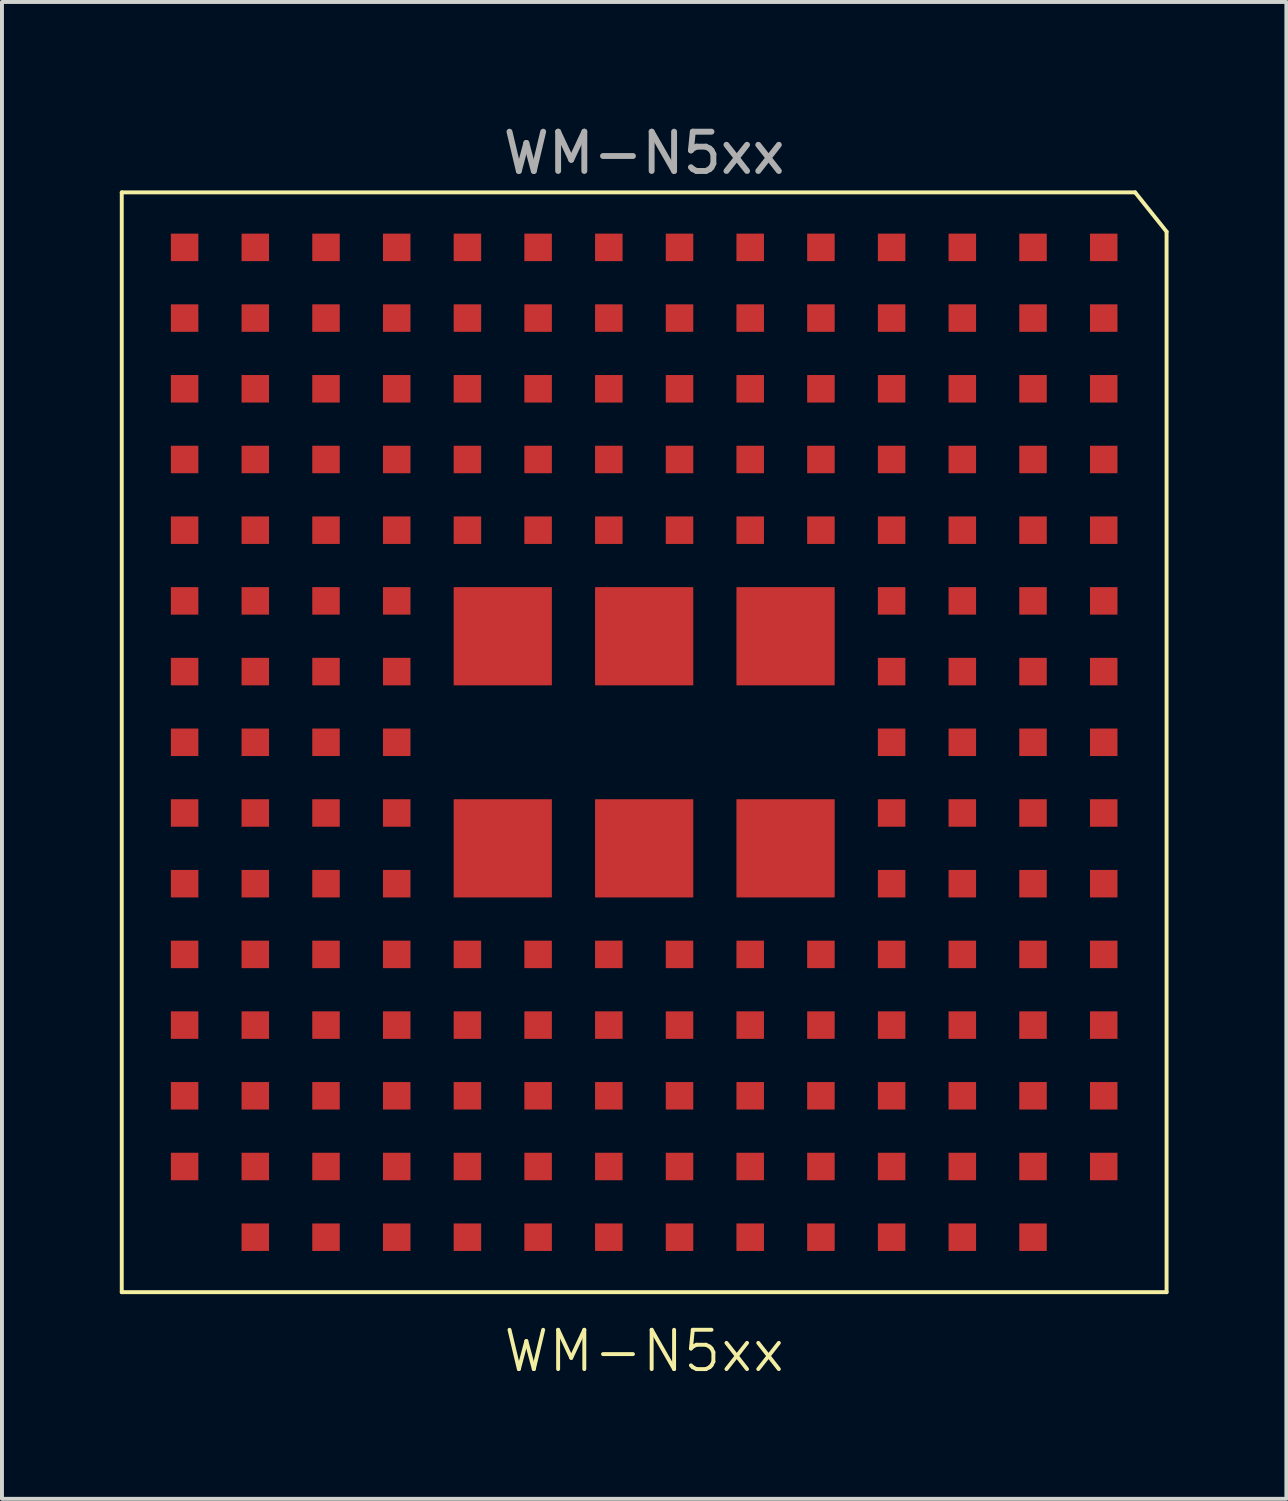
<source format=kicad_pcb>
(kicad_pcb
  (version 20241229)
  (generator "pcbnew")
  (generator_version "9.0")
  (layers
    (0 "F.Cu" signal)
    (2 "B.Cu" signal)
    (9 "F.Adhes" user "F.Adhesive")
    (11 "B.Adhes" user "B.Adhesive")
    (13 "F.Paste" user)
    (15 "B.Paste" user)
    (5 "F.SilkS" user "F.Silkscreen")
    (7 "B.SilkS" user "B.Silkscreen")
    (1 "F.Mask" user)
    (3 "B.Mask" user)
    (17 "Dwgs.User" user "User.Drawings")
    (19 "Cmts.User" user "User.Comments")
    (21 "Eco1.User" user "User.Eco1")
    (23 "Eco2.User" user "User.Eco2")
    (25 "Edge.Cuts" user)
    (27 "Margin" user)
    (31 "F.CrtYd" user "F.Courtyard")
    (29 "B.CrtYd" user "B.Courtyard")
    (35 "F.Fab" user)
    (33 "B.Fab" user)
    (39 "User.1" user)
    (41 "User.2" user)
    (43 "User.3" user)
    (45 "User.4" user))
  (footprint "WM-N5xx"
    (layer "F.Cu")
    (at 13.35 15.848)
    (property "Reference" "WM-N5xx" (at 0 15.5 0) (unlocked yes) (layer "F.SilkS") (effects (font (size 1 1) (thickness 0.1))))
    (attr smd)
    (fp_line (start -13.3 -14) (end -13.3 14) (stroke (width 0.1) (type default)) (layer "F.SilkS"))
    (fp_line (start -13.3 14) (end 13.3 14) (stroke (width 0.1) (type default)) (layer "F.SilkS"))
    (fp_line (start 12.5 -14) (end -13.3 -14) (stroke (width 0.1) (type default)) (layer "F.SilkS"))
    (fp_line (start 13.3 -13) (end 12.5 -14) (stroke (width 0.1) (type default)) (layer "F.SilkS"))
    (fp_line (start 13.3 14) (end 13.3 -13) (stroke (width 0.1) (type default)) (layer "F.SilkS"))
    (fp_text user "${REFERENCE}" (at 0 -15 0) (unlocked yes) (layer "F.Fab") (effects (font (size 1 1) (thickness 0.15))))
    (pad "A1" smd rect (at 11.7 -12.6) (size 0.7 0.7) (layers "F.Cu" "F.Mask" "F.Paste"))
    (pad "A2" smd rect (at 11.7 -10.8) (size 0.7 0.7) (layers "F.Cu" "F.Mask" "F.Paste"))
    (pad "A3" smd rect (at 11.7 -9) (size 0.7 0.7) (layers "F.Cu" "F.Mask" "F.Paste"))
    (pad "A4" smd rect (at 11.7 -7.2) (size 0.7 0.7) (layers "F.Cu" "F.Mask" "F.Paste"))
    (pad "A5" smd rect (at 11.7 -5.4) (size 0.7 0.7) (layers "F.Cu" "F.Mask" "F.Paste"))
    (pad "A6" smd rect (at 11.7 -3.6) (size 0.7 0.7) (layers "F.Cu" "F.Mask" "F.Paste"))
    (pad "A7" smd rect (at 11.7 -1.8) (size 0.7 0.7) (layers "F.Cu" "F.Mask" "F.Paste"))
    (pad "A8" smd rect (at 11.7 0) (size 0.7 0.7) (layers "F.Cu" "F.Mask" "F.Paste"))
    (pad "A9" smd rect (at 11.7 1.8) (size 0.7 0.7) (layers "F.Cu" "F.Mask" "F.Paste"))
    (pad "A10" smd rect (at 11.7 3.6) (size 0.7 0.7) (layers "F.Cu" "F.Mask" "F.Paste"))
    (pad "A11" smd rect (at 11.7 5.4) (size 0.7 0.7) (layers "F.Cu" "F.Mask" "F.Paste"))
    (pad "A12" smd rect (at 11.7 7.2) (size 0.7 0.7) (layers "F.Cu" "F.Mask" "F.Paste"))
    (pad "A13" smd rect (at 11.7 9) (size 0.7 0.7) (layers "F.Cu" "F.Mask" "F.Paste"))
    (pad "A14" smd rect (at 11.7 10.8) (size 0.7 0.7) (layers "F.Cu" "F.Mask" "F.Paste"))
    (pad "B1" smd rect (at 9.9 -12.6) (size 0.7 0.7) (layers "F.Cu" "F.Mask" "F.Paste"))
    (pad "B2" smd rect (at 9.9 -10.8) (size 0.7 0.7) (layers "F.Cu" "F.Mask" "F.Paste"))
    (pad "B3" smd rect (at 9.9 -9) (size 0.7 0.7) (layers "F.Cu" "F.Mask" "F.Paste"))
    (pad "B4" smd rect (at 9.9 -7.2) (size 0.7 0.7) (layers "F.Cu" "F.Mask" "F.Paste"))
    (pad "B5" smd rect (at 9.9 -5.4) (size 0.7 0.7) (layers "F.Cu" "F.Mask" "F.Paste"))
    (pad "B6" smd rect (at 9.9 -3.6) (size 0.7 0.7) (layers "F.Cu" "F.Mask" "F.Paste"))
    (pad "B7" smd rect (at 9.9 -1.8) (size 0.7 0.7) (layers "F.Cu" "F.Mask" "F.Paste"))
    (pad "B8" smd rect (at 9.9 0) (size 0.7 0.7) (layers "F.Cu" "F.Mask" "F.Paste"))
    (pad "B9" smd rect (at 9.9 1.8) (size 0.7 0.7) (layers "F.Cu" "F.Mask" "F.Paste"))
    (pad "B10" smd rect (at 9.9 3.6) (size 0.7 0.7) (layers "F.Cu" "F.Mask" "F.Paste"))
    (pad "B11" smd rect (at 9.9 5.4) (size 0.7 0.7) (layers "F.Cu" "F.Mask" "F.Paste"))
    (pad "B12" smd rect (at 9.9 7.2) (size 0.7 0.7) (layers "F.Cu" "F.Mask" "F.Paste"))
    (pad "B13" smd rect (at 9.9 9) (size 0.7 0.7) (layers "F.Cu" "F.Mask" "F.Paste"))
    (pad "B14" smd rect (at 9.9 10.8) (size 0.7 0.7) (layers "F.Cu" "F.Mask" "F.Paste"))
    (pad "B15" smd rect (at 9.9 12.6) (size 0.7 0.7) (layers "F.Cu" "F.Mask" "F.Paste"))
    (pad "C1" smd rect (at 8.1 -12.6) (size 0.7 0.7) (layers "F.Cu" "F.Mask" "F.Paste"))
    (pad "C2" smd rect (at 8.1 -10.8) (size 0.7 0.7) (layers "F.Cu" "F.Mask" "F.Paste"))
    (pad "C3" smd rect (at 8.1 -9) (size 0.7 0.7) (layers "F.Cu" "F.Mask" "F.Paste"))
    (pad "C4" smd rect (at 8.1 -7.2) (size 0.7 0.7) (layers "F.Cu" "F.Mask" "F.Paste"))
    (pad "C5" smd rect (at 8.1 -5.4) (size 0.7 0.7) (layers "F.Cu" "F.Mask" "F.Paste"))
    (pad "C6" smd rect (at 8.1 -3.6) (size 0.7 0.7) (layers "F.Cu" "F.Mask" "F.Paste"))
    (pad "C7" smd rect (at 8.1 -1.8) (size 0.7 0.7) (layers "F.Cu" "F.Mask" "F.Paste"))
    (pad "C8" smd rect (at 8.1 0) (size 0.7 0.7) (layers "F.Cu" "F.Mask" "F.Paste"))
    (pad "C9" smd rect (at 8.1 1.8) (size 0.7 0.7) (layers "F.Cu" "F.Mask" "F.Paste"))
    (pad "C10" smd rect (at 8.1 3.6) (size 0.7 0.7) (layers "F.Cu" "F.Mask" "F.Paste"))
    (pad "C11" smd rect (at 8.1 5.4) (size 0.7 0.7) (layers "F.Cu" "F.Mask" "F.Paste"))
    (pad "C12" smd rect (at 8.1 7.2) (size 0.7 0.7) (layers "F.Cu" "F.Mask" "F.Paste"))
    (pad "C13" smd rect (at 8.1 9) (size 0.7 0.7) (layers "F.Cu" "F.Mask" "F.Paste"))
    (pad "C14" smd rect (at 8.1 10.8) (size 0.7 0.7) (layers "F.Cu" "F.Mask" "F.Paste"))
    (pad "C15" smd rect (at 8.1 12.6) (size 0.7 0.7) (layers "F.Cu" "F.Mask" "F.Paste"))
    (pad "D1" smd rect (at 6.3 -12.6) (size 0.7 0.7) (layers "F.Cu" "F.Mask" "F.Paste"))
    (pad "D2" smd rect (at 6.3 -10.8) (size 0.7 0.7) (layers "F.Cu" "F.Mask" "F.Paste"))
    (pad "D3" smd rect (at 6.3 -9) (size 0.7 0.7) (layers "F.Cu" "F.Mask" "F.Paste"))
    (pad "D4" smd rect (at 6.3 -7.2) (size 0.7 0.7) (layers "F.Cu" "F.Mask" "F.Paste"))
    (pad "D5" smd rect (at 6.3 -5.4) (size 0.7 0.7) (layers "F.Cu" "F.Mask" "F.Paste"))
    (pad "D6" smd rect (at 6.3 -3.6) (size 0.7 0.7) (layers "F.Cu" "F.Mask" "F.Paste"))
    (pad "D7" smd rect (at 6.3 -1.8) (size 0.7 0.7) (layers "F.Cu" "F.Mask" "F.Paste"))
    (pad "D8" smd rect (at 6.3 0) (size 0.7 0.7) (layers "F.Cu" "F.Mask" "F.Paste"))
    (pad "D9" smd rect (at 6.3 1.8) (size 0.7 0.7) (layers "F.Cu" "F.Mask" "F.Paste"))
    (pad "D10" smd rect (at 6.3 3.6) (size 0.7 0.7) (layers "F.Cu" "F.Mask" "F.Paste"))
    (pad "D11" smd rect (at 6.3 5.4) (size 0.7 0.7) (layers "F.Cu" "F.Mask" "F.Paste"))
    (pad "D12" smd rect (at 6.3 7.2) (size 0.7 0.7) (layers "F.Cu" "F.Mask" "F.Paste"))
    (pad "D13" smd rect (at 6.3 9) (size 0.7 0.7) (layers "F.Cu" "F.Mask" "F.Paste"))
    (pad "D14" smd rect (at 6.3 10.8) (size 0.7 0.7) (layers "F.Cu" "F.Mask" "F.Paste"))
    (pad "D15" smd rect (at 6.3 12.6) (size 0.7 0.7) (layers "F.Cu" "F.Mask" "F.Paste"))
    (pad "E1" smd rect (at 4.5 -12.6) (size 0.7 0.7) (layers "F.Cu" "F.Mask" "F.Paste"))
    (pad "E2" smd rect (at 4.5 -10.8) (size 0.7 0.7) (layers "F.Cu" "F.Mask" "F.Paste"))
    (pad "E3" smd rect (at 4.5 -9) (size 0.7 0.7) (layers "F.Cu" "F.Mask" "F.Paste"))
    (pad "E4" smd rect (at 4.5 -7.2) (size 0.7 0.7) (layers "F.Cu" "F.Mask" "F.Paste"))
    (pad "E5" smd rect (at 4.5 -5.4) (size 0.7 0.7) (layers "F.Cu" "F.Mask" "F.Paste"))
    (pad "E6" smd rect (at 3.6 -2.7) (size 2.5 2.5) (layers "F.Cu" "F.Mask" "F.Paste"))
    (pad "E9" smd rect (at 3.6 2.7) (size 2.5 2.5) (layers "F.Cu" "F.Mask" "F.Paste"))
    (pad "E11" smd rect (at 4.5 5.4) (size 0.7 0.7) (layers "F.Cu" "F.Mask" "F.Paste"))
    (pad "E12" smd rect (at 4.5 7.2) (size 0.7 0.7) (layers "F.Cu" "F.Mask" "F.Paste"))
    (pad "E13" smd rect (at 4.5 9) (size 0.7 0.7) (layers "F.Cu" "F.Mask" "F.Paste"))
    (pad "E14" smd rect (at 4.5 10.8) (size 0.7 0.7) (layers "F.Cu" "F.Mask" "F.Paste"))
    (pad "E15" smd rect (at 4.5 12.6) (size 0.7 0.7) (layers "F.Cu" "F.Mask" "F.Paste"))
    (pad "F1" smd rect (at 2.7 -12.6) (size 0.7 0.7) (layers "F.Cu" "F.Mask" "F.Paste"))
    (pad "F2" smd rect (at 2.7 -10.8) (size 0.7 0.7) (layers "F.Cu" "F.Mask" "F.Paste"))
    (pad "F3" smd rect (at 2.7 -9) (size 0.7 0.7) (layers "F.Cu" "F.Mask" "F.Paste"))
    (pad "F4" smd rect (at 2.7 -7.2) (size 0.7 0.7) (layers "F.Cu" "F.Mask" "F.Paste"))
    (pad "F5" smd rect (at 2.7 -5.4) (size 0.7 0.7) (layers "F.Cu" "F.Mask" "F.Paste"))
    (pad "F11" smd rect (at 2.7 5.4) (size 0.7 0.7) (layers "F.Cu" "F.Mask" "F.Paste"))
    (pad "F12" smd rect (at 2.7 7.2) (size 0.7 0.7) (layers "F.Cu" "F.Mask" "F.Paste"))
    (pad "F13" smd rect (at 2.7 9) (size 0.7 0.7) (layers "F.Cu" "F.Mask" "F.Paste"))
    (pad "F14" smd rect (at 2.7 10.8) (size 0.7 0.7) (layers "F.Cu" "F.Mask" "F.Paste"))
    (pad "F15" smd rect (at 2.7 12.6) (size 0.7 0.7) (layers "F.Cu" "F.Mask" "F.Paste"))
    (pad "G1" smd rect (at 0.9 -12.6) (size 0.7 0.7) (layers "F.Cu" "F.Mask" "F.Paste"))
    (pad "G2" smd rect (at 0.9 -10.8) (size 0.7 0.7) (layers "F.Cu" "F.Mask" "F.Paste"))
    (pad "G3" smd rect (at 0.9 -9) (size 0.7 0.7) (layers "F.Cu" "F.Mask" "F.Paste"))
    (pad "G4" smd rect (at 0.9 -7.2) (size 0.7 0.7) (layers "F.Cu" "F.Mask" "F.Paste"))
    (pad "G5" smd rect (at 0.9 -5.4) (size 0.7 0.7) (layers "F.Cu" "F.Mask" "F.Paste"))
    (pad "G6" smd rect (at 0 -2.7) (size 2.5 2.5) (layers "F.Cu" "F.Mask" "F.Paste"))
    (pad "G9" smd rect (at 0 2.7) (size 2.5 2.5) (layers "F.Cu" "F.Mask" "F.Paste"))
    (pad "G11" smd rect (at 0.9 5.4) (size 0.7 0.7) (layers "F.Cu" "F.Mask" "F.Paste"))
    (pad "G12" smd rect (at 0.9 7.2) (size 0.7 0.7) (layers "F.Cu" "F.Mask" "F.Paste"))
    (pad "G13" smd rect (at 0.9 9) (size 0.7 0.7) (layers "F.Cu" "F.Mask" "F.Paste"))
    (pad "G14" smd rect (at 0.9 10.8) (size 0.7 0.7) (layers "F.Cu" "F.Mask" "F.Paste"))
    (pad "G15" smd rect (at 0.9 12.6) (size 0.7 0.7) (layers "F.Cu" "F.Mask" "F.Paste"))
    (pad "H1" smd rect (at -0.9 -12.6) (size 0.7 0.7) (layers "F.Cu" "F.Mask" "F.Paste"))
    (pad "H2" smd rect (at -0.9 -10.8) (size 0.7 0.7) (layers "F.Cu" "F.Mask" "F.Paste"))
    (pad "H3" smd rect (at -0.9 -9) (size 0.7 0.7) (layers "F.Cu" "F.Mask" "F.Paste"))
    (pad "H4" smd rect (at -0.9 -7.2) (size 0.7 0.7) (layers "F.Cu" "F.Mask" "F.Paste"))
    (pad "H5" smd rect (at -0.9 -5.4) (size 0.7 0.7) (layers "F.Cu" "F.Mask" "F.Paste"))
    (pad "H11" smd rect (at -0.9 5.4) (size 0.7 0.7) (layers "F.Cu" "F.Mask" "F.Paste"))
    (pad "H12" smd rect (at -0.9 7.2) (size 0.7 0.7) (layers "F.Cu" "F.Mask" "F.Paste"))
    (pad "H13" smd rect (at -0.9 9) (size 0.7 0.7) (layers "F.Cu" "F.Mask" "F.Paste"))
    (pad "H14" smd rect (at -0.9 10.8) (size 0.7 0.7) (layers "F.Cu" "F.Mask" "F.Paste"))
    (pad "H15" smd rect (at -0.9 12.6) (size 0.7 0.7) (layers "F.Cu" "F.Mask" "F.Paste"))
    (pad "J1" smd rect (at -2.7 -12.6) (size 0.7 0.7) (layers "F.Cu" "F.Mask" "F.Paste"))
    (pad "J2" smd rect (at -2.7 -10.8) (size 0.7 0.7) (layers "F.Cu" "F.Mask" "F.Paste"))
    (pad "J3" smd rect (at -2.7 -9) (size 0.7 0.7) (layers "F.Cu" "F.Mask" "F.Paste"))
    (pad "J4" smd rect (at -2.7 -7.2) (size 0.7 0.7) (layers "F.Cu" "F.Mask" "F.Paste"))
    (pad "J5" smd rect (at -2.7 -5.4) (size 0.7 0.7) (layers "F.Cu" "F.Mask" "F.Paste"))
    (pad "J6" smd rect (at -3.6 -2.7) (size 2.5 2.5) (layers "F.Cu" "F.Mask" "F.Paste"))
    (pad "J9" smd rect (at -3.6 2.7) (size 2.5 2.5) (layers "F.Cu" "F.Mask" "F.Paste"))
    (pad "J11" smd rect (at -2.7 5.4) (size 0.7 0.7) (layers "F.Cu" "F.Mask" "F.Paste"))
    (pad "J12" smd rect (at -2.7 7.2) (size 0.7 0.7) (layers "F.Cu" "F.Mask" "F.Paste"))
    (pad "J13" smd rect (at -2.7 9) (size 0.7 0.7) (layers "F.Cu" "F.Mask" "F.Paste"))
    (pad "J14" smd rect (at -2.7 10.8) (size 0.7 0.7) (layers "F.Cu" "F.Mask" "F.Paste"))
    (pad "J15" smd rect (at -2.7 12.6) (size 0.7 0.7) (layers "F.Cu" "F.Mask" "F.Paste"))
    (pad "K1" smd rect (at -4.5 -12.6) (size 0.7 0.7) (layers "F.Cu" "F.Mask" "F.Paste"))
    (pad "K2" smd rect (at -4.5 -10.8) (size 0.7 0.7) (layers "F.Cu" "F.Mask" "F.Paste"))
    (pad "K3" smd rect (at -4.5 -9) (size 0.7 0.7) (layers "F.Cu" "F.Mask" "F.Paste"))
    (pad "K4" smd rect (at -4.5 -7.2) (size 0.7 0.7) (layers "F.Cu" "F.Mask" "F.Paste"))
    (pad "K5" smd rect (at -4.5 -5.4) (size 0.7 0.7) (layers "F.Cu" "F.Mask" "F.Paste"))
    (pad "K11" smd rect (at -4.5 5.4) (size 0.7 0.7) (layers "F.Cu" "F.Mask" "F.Paste"))
    (pad "K12" smd rect (at -4.5 7.2) (size 0.7 0.7) (layers "F.Cu" "F.Mask" "F.Paste"))
    (pad "K13" smd rect (at -4.5 9) (size 0.7 0.7) (layers "F.Cu" "F.Mask" "F.Paste"))
    (pad "K14" smd rect (at -4.5 10.8) (size 0.7 0.7) (layers "F.Cu" "F.Mask" "F.Paste"))
    (pad "K15" smd rect (at -4.5 12.6) (size 0.7 0.7) (layers "F.Cu" "F.Mask" "F.Paste"))
    (pad "L1" smd rect (at -6.3 -12.6) (size 0.7 0.7) (layers "F.Cu" "F.Mask" "F.Paste"))
    (pad "L2" smd rect (at -6.3 -10.8) (size 0.7 0.7) (layers "F.Cu" "F.Mask" "F.Paste"))
    (pad "L3" smd rect (at -6.3 -9) (size 0.7 0.7) (layers "F.Cu" "F.Mask" "F.Paste"))
    (pad "L4" smd rect (at -6.3 -7.2) (size 0.7 0.7) (layers "F.Cu" "F.Mask" "F.Paste"))
    (pad "L5" smd rect (at -6.3 -5.4) (size 0.7 0.7) (layers "F.Cu" "F.Mask" "F.Paste"))
    (pad "L6" smd rect (at -6.3 -3.6) (size 0.7 0.7) (layers "F.Cu" "F.Mask" "F.Paste"))
    (pad "L7" smd rect (at -6.3 -1.8) (size 0.7 0.7) (layers "F.Cu" "F.Mask" "F.Paste"))
    (pad "L8" smd rect (at -6.3 0) (size 0.7 0.7) (layers "F.Cu" "F.Mask" "F.Paste"))
    (pad "L9" smd rect (at -6.3 1.8) (size 0.7 0.7) (layers "F.Cu" "F.Mask" "F.Paste"))
    (pad "L10" smd rect (at -6.3 3.6) (size 0.7 0.7) (layers "F.Cu" "F.Mask" "F.Paste"))
    (pad "L11" smd rect (at -6.3 5.4) (size 0.7 0.7) (layers "F.Cu" "F.Mask" "F.Paste"))
    (pad "L12" smd rect (at -6.3 7.2) (size 0.7 0.7) (layers "F.Cu" "F.Mask" "F.Paste"))
    (pad "L13" smd rect (at -6.3 9) (size 0.7 0.7) (layers "F.Cu" "F.Mask" "F.Paste"))
    (pad "L14" smd rect (at -6.3 10.8) (size 0.7 0.7) (layers "F.Cu" "F.Mask" "F.Paste"))
    (pad "L15" smd rect (at -6.3 12.6) (size 0.7 0.7) (layers "F.Cu" "F.Mask" "F.Paste"))
    (pad "M1" smd rect (at -8.1 -12.6) (size 0.7 0.7) (layers "F.Cu" "F.Mask" "F.Paste"))
    (pad "M2" smd rect (at -8.1 -10.8) (size 0.7 0.7) (layers "F.Cu" "F.Mask" "F.Paste"))
    (pad "M3" smd rect (at -8.1 -9) (size 0.7 0.7) (layers "F.Cu" "F.Mask" "F.Paste"))
    (pad "M4" smd rect (at -8.1 -7.2) (size 0.7 0.7) (layers "F.Cu" "F.Mask" "F.Paste"))
    (pad "M5" smd rect (at -8.1 -5.4) (size 0.7 0.7) (layers "F.Cu" "F.Mask" "F.Paste"))
    (pad "M6" smd rect (at -8.1 -3.6) (size 0.7 0.7) (layers "F.Cu" "F.Mask" "F.Paste"))
    (pad "M7" smd rect (at -8.1 -1.8) (size 0.7 0.7) (layers "F.Cu" "F.Mask" "F.Paste"))
    (pad "M8" smd rect (at -8.1 0) (size 0.7 0.7) (layers "F.Cu" "F.Mask" "F.Paste"))
    (pad "M9" smd rect (at -8.1 1.8) (size 0.7 0.7) (layers "F.Cu" "F.Mask" "F.Paste"))
    (pad "M10" smd rect (at -8.1 3.6) (size 0.7 0.7) (layers "F.Cu" "F.Mask" "F.Paste"))
    (pad "M11" smd rect (at -8.1 5.4) (size 0.7 0.7) (layers "F.Cu" "F.Mask" "F.Paste"))
    (pad "M12" smd rect (at -8.1 7.2) (size 0.7 0.7) (layers "F.Cu" "F.Mask" "F.Paste"))
    (pad "M13" smd rect (at -8.1 9) (size 0.7 0.7) (layers "F.Cu" "F.Mask" "F.Paste"))
    (pad "M14" smd rect (at -8.1 10.8) (size 0.7 0.7) (layers "F.Cu" "F.Mask" "F.Paste"))
    (pad "M15" smd rect (at -8.1 12.6) (size 0.7 0.7) (layers "F.Cu" "F.Mask" "F.Paste"))
    (pad "N1" smd rect (at -9.9 -12.6) (size 0.7 0.7) (layers "F.Cu" "F.Mask" "F.Paste"))
    (pad "N2" smd rect (at -9.9 -10.8) (size 0.7 0.7) (layers "F.Cu" "F.Mask" "F.Paste"))
    (pad "N3" smd rect (at -9.9 -9) (size 0.7 0.7) (layers "F.Cu" "F.Mask" "F.Paste"))
    (pad "N4" smd rect (at -9.9 -7.2) (size 0.7 0.7) (layers "F.Cu" "F.Mask" "F.Paste"))
    (pad "N5" smd rect (at -9.9 -5.4) (size 0.7 0.7) (layers "F.Cu" "F.Mask" "F.Paste"))
    (pad "N6" smd rect (at -9.9 -3.6) (size 0.7 0.7) (layers "F.Cu" "F.Mask" "F.Paste"))
    (pad "N7" smd rect (at -9.9 -1.8) (size 0.7 0.7) (layers "F.Cu" "F.Mask" "F.Paste"))
    (pad "N8" smd rect (at -9.9 0) (size 0.7 0.7) (layers "F.Cu" "F.Mask" "F.Paste"))
    (pad "N9" smd rect (at -9.9 1.8) (size 0.7 0.7) (layers "F.Cu" "F.Mask" "F.Paste"))
    (pad "N10" smd rect (at -9.9 3.6) (size 0.7 0.7) (layers "F.Cu" "F.Mask" "F.Paste"))
    (pad "N11" smd rect (at -9.9 5.4) (size 0.7 0.7) (layers "F.Cu" "F.Mask" "F.Paste"))
    (pad "N12" smd rect (at -9.9 7.2) (size 0.7 0.7) (layers "F.Cu" "F.Mask" "F.Paste"))
    (pad "N13" smd rect (at -9.9 9) (size 0.7 0.7) (layers "F.Cu" "F.Mask" "F.Paste"))
    (pad "N14" smd rect (at -9.9 10.8) (size 0.7 0.7) (layers "F.Cu" "F.Mask" "F.Paste"))
    (pad "N15" smd rect (at -9.9 12.6) (size 0.7 0.7) (layers "F.Cu" "F.Mask" "F.Paste"))
    (pad "P1" smd rect (at -11.7 -12.6) (size 0.7 0.7) (layers "F.Cu" "F.Mask" "F.Paste"))
    (pad "P2" smd rect (at -11.7 -10.8) (size 0.7 0.7) (layers "F.Cu" "F.Mask" "F.Paste"))
    (pad "P3" smd rect (at -11.7 -9) (size 0.7 0.7) (layers "F.Cu" "F.Mask" "F.Paste"))
    (pad "P4" smd rect (at -11.7 -7.2) (size 0.7 0.7) (layers "F.Cu" "F.Mask" "F.Paste"))
    (pad "P5" smd rect (at -11.7 -5.4) (size 0.7 0.7) (layers "F.Cu" "F.Mask" "F.Paste"))
    (pad "P6" smd rect (at -11.7 -3.6) (size 0.7 0.7) (layers "F.Cu" "F.Mask" "F.Paste"))
    (pad "P7" smd rect (at -11.7 -1.8) (size 0.7 0.7) (layers "F.Cu" "F.Mask" "F.Paste"))
    (pad "P8" smd rect (at -11.7 0) (size 0.7 0.7) (layers "F.Cu" "F.Mask" "F.Paste"))
    (pad "P9" smd rect (at -11.7 1.8) (size 0.7 0.7) (layers "F.Cu" "F.Mask" "F.Paste"))
    (pad "P10" smd rect (at -11.7 3.6) (size 0.7 0.7) (layers "F.Cu" "F.Mask" "F.Paste"))
    (pad "P11" smd rect (at -11.7 5.4) (size 0.7 0.7) (layers "F.Cu" "F.Mask" "F.Paste"))
    (pad "P12" smd rect (at -11.7 7.2) (size 0.7 0.7) (layers "F.Cu" "F.Mask" "F.Paste"))
    (pad "P13" smd rect (at -11.7 9) (size 0.7 0.7) (layers "F.Cu" "F.Mask" "F.Paste"))
    (pad "P14" smd rect (at -11.7 10.8) (size 0.7 0.7) (layers "F.Cu" "F.Mask" "F.Paste")))
  (gr_rect
    (start -3 -3)
    (end 29.7 35.109)
    (stroke (width 0.1) (type default))
    (fill no)
    (layer "Edge.Cuts")))
</source>
